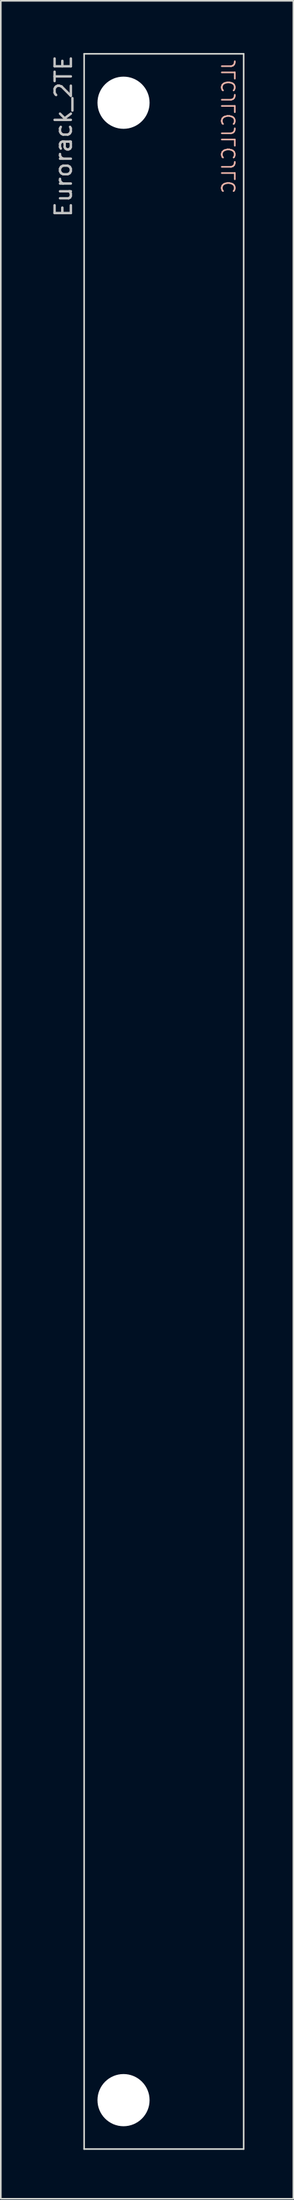
<source format=kicad_pcb>
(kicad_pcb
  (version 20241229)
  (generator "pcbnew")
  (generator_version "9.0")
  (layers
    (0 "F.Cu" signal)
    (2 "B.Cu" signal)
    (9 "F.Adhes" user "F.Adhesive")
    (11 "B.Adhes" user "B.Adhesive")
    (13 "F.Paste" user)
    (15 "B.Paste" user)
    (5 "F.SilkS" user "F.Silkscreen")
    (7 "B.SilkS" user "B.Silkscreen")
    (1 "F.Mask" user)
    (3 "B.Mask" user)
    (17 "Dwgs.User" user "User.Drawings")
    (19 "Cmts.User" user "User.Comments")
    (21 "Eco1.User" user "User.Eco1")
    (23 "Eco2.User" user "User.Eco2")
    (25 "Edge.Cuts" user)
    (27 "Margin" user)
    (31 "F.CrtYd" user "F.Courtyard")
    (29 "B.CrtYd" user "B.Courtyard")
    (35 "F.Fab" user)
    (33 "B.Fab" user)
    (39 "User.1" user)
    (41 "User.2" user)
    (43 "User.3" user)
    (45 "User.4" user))
  (footprint "Eurorack_2TE"
    (layer "F.Cu")
    (at 2.118 0.25)
    (property "Reference" "Eurorack_2TE" (at -1.27 0 90) (layer "Dwgs.User") (effects (font (size 1 1) (thickness 0.15)) (justify right)))
    (attr through_hole)
    (fp_line (start 0 0) (end 9.8 0) (stroke (width 0.1) (type solid)) (layer "Edge.Cuts"))
    (fp_line (start 0 128.5) (end 0 0) (stroke (width 0.1) (type solid)) (layer "Edge.Cuts"))
    (fp_line (start 0 128.5) (end 9.8 128.5) (stroke (width 0.1) (type solid)) (layer "Edge.Cuts"))
    (fp_line (start 9.8 0) (end 9.8 128.5) (stroke (width 0.1) (type solid)) (layer "Edge.Cuts"))
    (fp_text user "JLCJLCJLCJLC" (at 8.89 8.636 90) (layer "B.SilkS") (effects (font (size 0.8 0.8) (thickness 0.1)) (justify right mirror)))
    (pad "" np_thru_hole circle (at 2.42 3) (size 3.2 3.2) (drill 3.2) (layers "*.Cu" "*.Mask"))
    (pad "" np_thru_hole circle (at 2.42 125.5) (size 3.2 3.2) (drill 3.2) (layers "*.Cu" "*.Mask")))
  (gr_rect
    (start -3 -3)
    (end 14.968 131.8)
    (stroke (width 0.1) (type default))
    (fill no)
    (layer "Edge.Cuts")))
</source>
